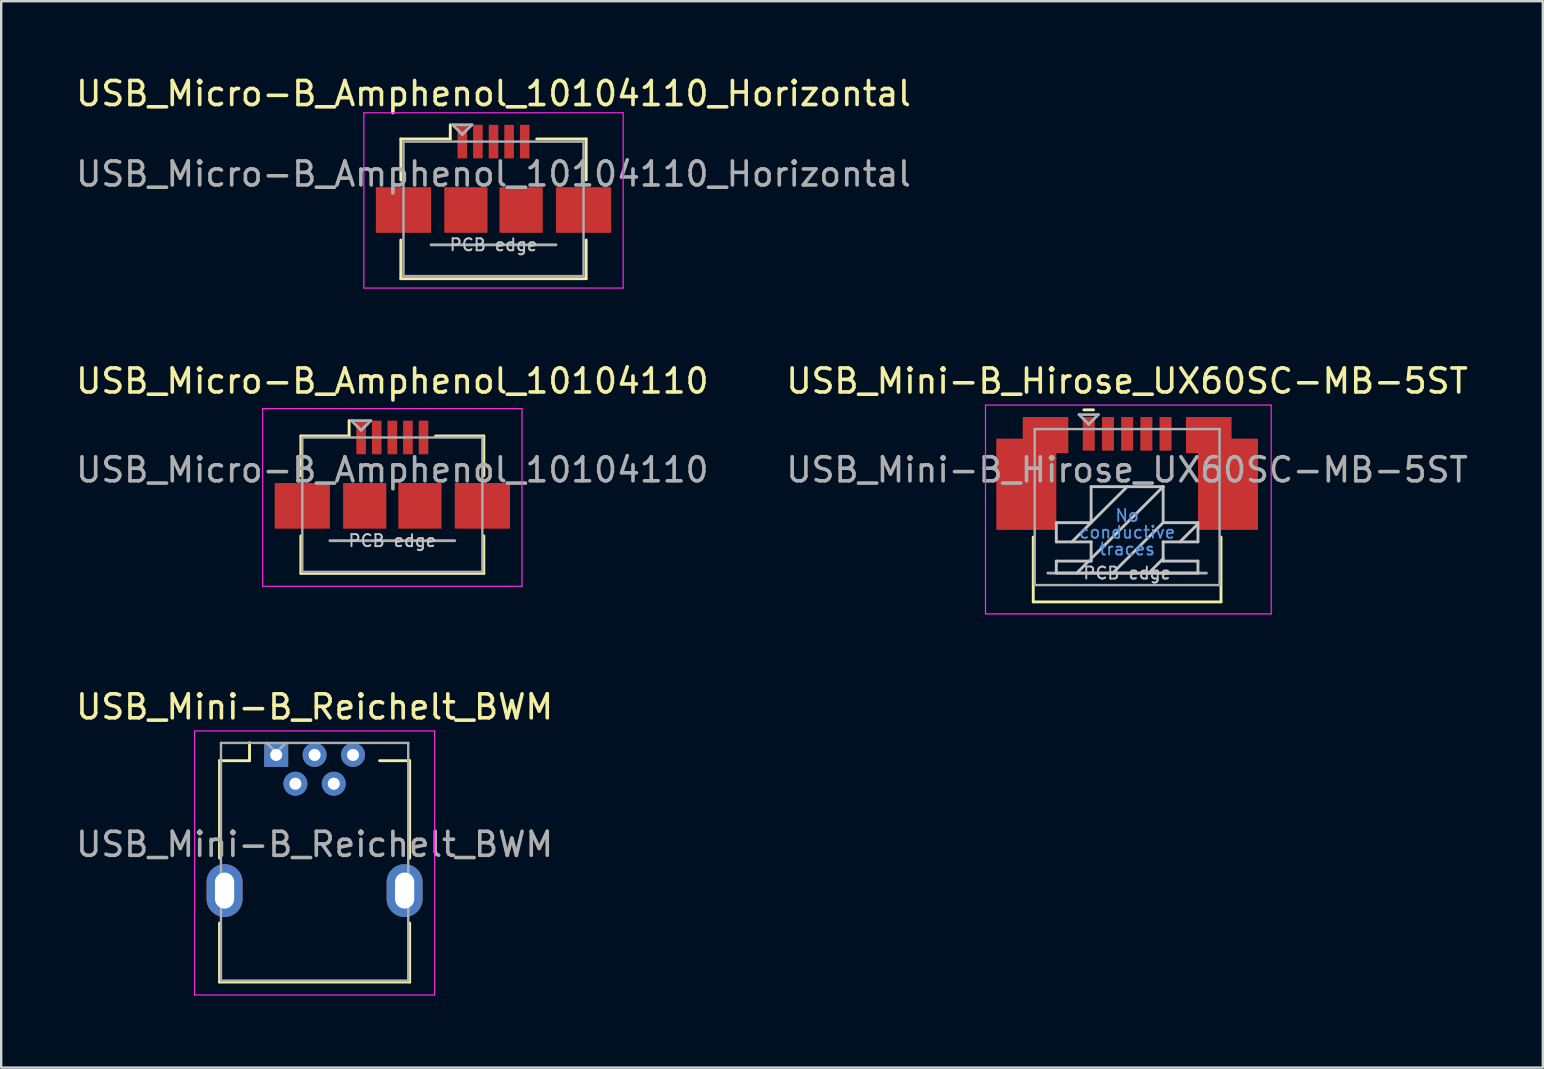
<source format=kicad_pcb>
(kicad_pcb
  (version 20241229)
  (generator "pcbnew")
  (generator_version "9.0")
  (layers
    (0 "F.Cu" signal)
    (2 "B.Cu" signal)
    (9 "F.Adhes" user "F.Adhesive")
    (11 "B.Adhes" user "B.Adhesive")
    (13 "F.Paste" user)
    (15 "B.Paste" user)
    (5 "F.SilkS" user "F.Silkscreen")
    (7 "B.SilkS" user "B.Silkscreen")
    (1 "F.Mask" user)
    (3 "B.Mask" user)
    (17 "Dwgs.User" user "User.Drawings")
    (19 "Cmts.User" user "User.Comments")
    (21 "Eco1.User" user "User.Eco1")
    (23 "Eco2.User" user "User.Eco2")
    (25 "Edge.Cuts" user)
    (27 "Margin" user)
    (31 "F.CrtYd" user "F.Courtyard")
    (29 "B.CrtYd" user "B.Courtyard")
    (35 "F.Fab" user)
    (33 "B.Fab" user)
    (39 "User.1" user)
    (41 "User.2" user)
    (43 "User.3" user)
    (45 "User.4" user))
  (footprint "USB_Mini-B_Reichelt_BWM"
    (layer "F.Cu")
    (at 8.454 28.395)
    (property "Reference" "USB_Mini-B_Reichelt_BWM" (at 1.6 -2 0) (layer "F.SilkS") (effects (font (size 1 1) (thickness 0.15))))
    (attr through_hole)
    (fp_line (start -2.36 4.3) (end -2.36 0.24) (stroke (width 0.12) (type solid)) (layer "F.SilkS"))
    (fp_line (start -2.36 9.46) (end -2.36 7) (stroke (width 0.12) (type solid)) (layer "F.SilkS"))
    (fp_line (start -2.36 9.46) (end 5.56 9.46) (stroke (width 0.12) (type solid)) (layer "F.SilkS"))
    (fp_line (start -1.11 0.24) (end -2.36 0.24) (stroke (width 0.12) (type solid)) (layer "F.SilkS"))
    (fp_line (start -1.11 0.24) (end -1.11 -0.51) (stroke (width 0.12) (type solid)) (layer "F.SilkS"))
    (fp_line (start 5.56 0.24) (end 4.31 0.24) (stroke (width 0.12) (type solid)) (layer "F.SilkS"))
    (fp_line (start 5.56 4.3) (end 5.56 0.24) (stroke (width 0.12) (type solid)) (layer "F.SilkS"))
    (fp_line (start 5.56 9.46) (end 5.56 7) (stroke (width 0.12) (type solid)) (layer "F.SilkS"))
    (fp_line (start -3.4 -1) (end -3.4 10) (stroke (width 0.05) (type solid)) (layer "F.CrtYd"))
    (fp_line (start -3.4 10) (end 6.6 10) (stroke (width 0.05) (type solid)) (layer "F.CrtYd"))
    (fp_line (start 6.6 -1) (end -3.4 -1) (stroke (width 0.05) (type solid)) (layer "F.CrtYd"))
    (fp_line (start 6.6 10) (end 6.6 -1) (stroke (width 0.05) (type solid)) (layer "F.CrtYd"))
    (fp_line (start -2.3 -0.5) (end 5.5 -0.5) (stroke (width 0.1) (type solid)) (layer "F.Fab"))
    (fp_line (start -2.3 9.4) (end -2.3 -0.5) (stroke (width 0.1) (type solid)) (layer "F.Fab"))
    (fp_line (start -0.4 -0.5) (end 0 -0.1) (stroke (width 0.1) (type solid)) (layer "F.Fab"))
    (fp_line (start 0 -0.1) (end 0.4 -0.5) (stroke (width 0.1) (type solid)) (layer "F.Fab"))
    (fp_line (start 5.5 -0.5) (end 5.5 9.4) (stroke (width 0.1) (type solid)) (layer "F.Fab"))
    (fp_line (start 5.5 9.4) (end -2.3 9.4) (stroke (width 0.1) (type solid)) (layer "F.Fab"))
    (fp_text user "${REFERENCE}" (at 1.6 3.725 0) (layer "F.Fab") (effects (font (size 1 1) (thickness 0.15))))
    (pad "1" thru_hole rect (at 0 0) (size 1 1) (drill 0.5) (layers "*.Cu" "*.Mask"))
    (pad "2" thru_hole circle (at 0.8 1.2) (size 1 1) (drill 0.5) (layers "*.Cu" "*.Mask"))
    (pad "3" thru_hole circle (at 1.6 0) (size 1 1) (drill 0.5) (layers "*.Cu" "*.Mask"))
    (pad "4" thru_hole circle (at 2.4 1.2) (size 1 1) (drill 0.5) (layers "*.Cu" "*.Mask"))
    (pad "5" thru_hole circle (at 3.2 0) (size 1 1) (drill 0.5) (layers "*.Cu" "*.Mask"))
    (pad "6" thru_hole oval (at -2.15 5.65) (size 1.5 2.2) (drill oval 0.8 1.5) (layers "*.Cu" "*.Mask"))
    (pad "6" thru_hole oval (at 5.35 5.65) (size 1.5 2.2) (drill oval 0.8 1.5) (layers "*.Cu" "*.Mask")))
  (footprint "USB_Mini-B_Hirose_UX60SC-MB-5ST"
    (layer "F.Cu")
    (at 43.899 15.021)
    (property "Reference" "USB_Mini-B_Hirose_UX60SC-MB-5ST" (at 0 -2.2 0) (layer "F.SilkS") (effects (font (size 1 1) (thickness 0.15))))
    (attr smd)
    (fp_line (start -3.91 4.3) (end -3.91 7) (stroke (width 0.12) (type solid)) (layer "F.SilkS"))
    (fp_line (start -3.91 7) (end 3.91 7) (stroke (width 0.12) (type solid)) (layer "F.SilkS"))
    (fp_line (start -1.8 -1) (end -1.4 -1) (stroke (width 0.12) (type solid)) (layer "F.SilkS"))
    (fp_line (start 3.91 7) (end 3.91 4.3) (stroke (width 0.12) (type solid)) (layer "F.SilkS"))
    (fp_line (start -2.95 3.7) (end -2.95 4.5) (stroke (width 0.12) (type solid)) (layer "Dwgs.User"))
    (fp_line (start -2.95 5.3) (end -2.95 5.8) (stroke (width 0.12) (type solid)) (layer "Dwgs.User"))
    (fp_line (start -2.95 5.8) (end 2.95 5.8) (stroke (width 0.12) (type solid)) (layer "Dwgs.User"))
    (fp_line (start -2.3 4.5) (end 0 2.2) (stroke (width 0.12) (type solid)) (layer "Dwgs.User"))
    (fp_line (start -1.6 5.3) (end -2.1 5.8) (stroke (width 0.12) (type solid)) (layer "Dwgs.User"))
    (fp_line (start -1.5 2.2) (end -1.5 3.7) (stroke (width 0.12) (type solid)) (layer "Dwgs.User"))
    (fp_line (start -1.5 2.2) (end 1.5 2.2) (stroke (width 0.12) (type solid)) (layer "Dwgs.User"))
    (fp_line (start -1.5 3.7) (end -2.95 3.7) (stroke (width 0.12) (type solid)) (layer "Dwgs.User"))
    (fp_line (start -1.5 4.5) (end -2.95 4.5) (stroke (width 0.12) (type solid)) (layer "Dwgs.User"))
    (fp_line (start -1.5 4.5) (end -1.5 5.3) (stroke (width 0.12) (type solid)) (layer "Dwgs.User"))
    (fp_line (start -1.5 5.2) (end 1.5 2.2) (stroke (width 0.12) (type solid)) (layer "Dwgs.User"))
    (fp_line (start -1.5 5.3) (end -2.95 5.3) (stroke (width 0.12) (type solid)) (layer "Dwgs.User"))
    (fp_line (start 1.5 3.7) (end -0.6 5.8) (stroke (width 0.12) (type solid)) (layer "Dwgs.User"))
    (fp_line (start 1.5 3.7) (end 1.5 2.2) (stroke (width 0.12) (type solid)) (layer "Dwgs.User"))
    (fp_line (start 1.5 4.5) (end 1.5 5.3) (stroke (width 0.12) (type solid)) (layer "Dwgs.User"))
    (fp_line (start 1.5 5.2) (end 0.9 5.8) (stroke (width 0.12) (type solid)) (layer "Dwgs.User"))
    (fp_line (start 2.2 4.5) (end 2.9 3.8) (stroke (width 0.12) (type solid)) (layer "Dwgs.User"))
    (fp_line (start 2.95 3.7) (end 1.5 3.7) (stroke (width 0.12) (type solid)) (layer "Dwgs.User"))
    (fp_line (start 2.95 3.7) (end 2.95 4.5) (stroke (width 0.12) (type solid)) (layer "Dwgs.User"))
    (fp_line (start 2.95 4.5) (end 1.5 4.5) (stroke (width 0.12) (type solid)) (layer "Dwgs.User"))
    (fp_line (start 2.95 5.3) (end 1.5 5.3) (stroke (width 0.12) (type solid)) (layer "Dwgs.User"))
    (fp_line (start 2.95 5.8) (end 2.95 5.3) (stroke (width 0.12) (type solid)) (layer "Dwgs.User"))
    (fp_line (start -5.9 -1.2) (end 6 -1.2) (stroke (width 0.05) (type solid)) (layer "F.CrtYd"))
    (fp_line (start -5.9 7.5) (end -5.9 -1.2) (stroke (width 0.05) (type solid)) (layer "F.CrtYd"))
    (fp_line (start 6 -1.2) (end 6 7.5) (stroke (width 0.05) (type solid)) (layer "F.CrtYd"))
    (fp_line (start 6 7.5) (end -5.9 7.5) (stroke (width 0.05) (type solid)) (layer "F.CrtYd"))
    (fp_line (start -3.85 -0.2) (end -3.85 6.3) (stroke (width 0.1) (type solid)) (layer "F.Fab"))
    (fp_line (start -3.85 6.3) (end 3.85 6.3) (stroke (width 0.1) (type solid)) (layer "F.Fab"))
    (fp_line (start -3.3 5.8) (end 3.3 5.8) (stroke (width 0.12) (type solid)) (layer "F.Fab"))
    (fp_line (start -2 -0.8) (end -1.6 -0.4) (stroke (width 0.12) (type solid)) (layer "F.Fab"))
    (fp_line (start -1.6 -0.4) (end -1.2 -0.8) (stroke (width 0.12) (type solid)) (layer "F.Fab"))
    (fp_line (start -1.2 -0.8) (end -2 -0.8) (stroke (width 0.12) (type solid)) (layer "F.Fab"))
    (fp_line (start 3.85 -0.2) (end -3.85 -0.2) (stroke (width 0.1) (type solid)) (layer "F.Fab"))
    (fp_line (start 3.85 6.3) (end 3.85 -0.2) (stroke (width 0.1) (type solid)) (layer "F.Fab"))
    (fp_text user "PCB edge" (at 0 5.8 0) (layer "Dwgs.User") (effects (font (size 0.5 0.5) (thickness 0.08))))
    (fp_text user "traces" (at 0 4.8 0) (layer "Cmts.User") (effects (font (size 0.5 0.5) (thickness 0.075))))
    (fp_text user "conductive" (at 0 4.1 0) (layer "Cmts.User") (effects (font (size 0.5 0.5) (thickness 0.075))))
    (fp_text user "No" (at 0 3.4 0) (layer "Cmts.User") (effects (font (size 0.5 0.5) (thickness 0.075))))
    (fp_text user "${REFERENCE}" (at 0 1.5 0) (layer "F.Fab") (effects (font (size 1 1) (thickness 0.15))))
    (pad "1" smd rect (at -1.6 0) (size 0.5 1.4) (layers "F.Cu" "F.Mask" "F.Paste"))
    (pad "2" smd rect (at -0.8 0) (size 0.5 1.4) (layers "F.Cu" "F.Mask" "F.Paste"))
    (pad "3" smd rect (at 0 0) (size 0.5 1.4) (layers "F.Cu" "F.Mask" "F.Paste"))
    (pad "4" smd rect (at 0.8 0) (size 0.5 1.4) (layers "F.Cu" "F.Mask" "F.Paste"))
    (pad "5" smd rect (at 1.6 0) (size 0.5 1.4) (layers "F.Cu" "F.Mask" "F.Paste"))
    (pad "6" smd custom (at -4.2 2.1) (size 2.5 3.8) (layers "F.Cu" "F.Mask" "F.Paste") (options (anchor rect)) (primitives (gr_poly (pts (xy -0.15 -1.9) (xy -0.15 -2.8) (xy 1.75 -2.8) (xy 1.75 -1.3) (xy 1.25 -1.3) (xy 1.25 -1.9)) (width 0) (fill yes))))
    (pad "6" smd custom (at 4.2 2.1) (size 2.5 3.8) (layers "F.Cu" "F.Mask" "F.Paste") (options (anchor rect)) (primitives (gr_poly (pts (xy 0.15 -1.9) (xy 0.15 -2.8) (xy -1.75 -2.8) (xy -1.75 -1.3) (xy -1.25 -1.3) (xy -1.25 -1.9)) (width 0) (fill yes)))))
  (footprint "USB_Micro-B_Amphenol_10104110"
    (layer "F.Cu")
    (at 13.292 15.171)
    (property "Reference" "USB_Micro-B_Amphenol_10104110" (at 0 -2.35 0) (layer "F.SilkS") (effects (font (size 1 1) (thickness 0.15))))
    (attr smd)
    (fp_line (start -3.81 -0.06) (end -1.8 -0.06) (stroke (width 0.12) (type solid)) (layer "F.SilkS"))
    (fp_line (start -3.81 1.6) (end -3.81 -0.06) (stroke (width 0.12) (type solid)) (layer "F.SilkS"))
    (fp_line (start -3.81 5.66) (end -3.81 4.1) (stroke (width 0.12) (type solid)) (layer "F.SilkS"))
    (fp_line (start -3.81 5.66) (end 3.81 5.66) (stroke (width 0.12) (type solid)) (layer "F.SilkS"))
    (fp_line (start -1.8 -0.06) (end -1.8 -0.7) (stroke (width 0.12) (type solid)) (layer "F.SilkS"))
    (fp_line (start 3.81 -0.06) (end 1.8 -0.06) (stroke (width 0.12) (type solid)) (layer "F.SilkS"))
    (fp_line (start 3.81 1.6) (end 3.81 -0.06) (stroke (width 0.12) (type solid)) (layer "F.SilkS"))
    (fp_line (start 3.81 5.66) (end 3.81 4.1) (stroke (width 0.12) (type solid)) (layer "F.SilkS"))
    (fp_line (start -5.4 -1.2) (end -5.4 6.2) (stroke (width 0.05) (type solid)) (layer "F.CrtYd"))
    (fp_line (start -5.4 6.2) (end 5.4 6.2) (stroke (width 0.05) (type solid)) (layer "F.CrtYd"))
    (fp_line (start 5.4 -1.2) (end -5.4 -1.2) (stroke (width 0.05) (type solid)) (layer "F.CrtYd"))
    (fp_line (start 5.4 6.2) (end 5.4 -1.2) (stroke (width 0.05) (type solid)) (layer "F.CrtYd"))
    (fp_line (start -3.75 0) (end 3.75 0) (stroke (width 0.1) (type solid)) (layer "F.Fab"))
    (fp_line (start -3.75 5.6) (end -3.75 0) (stroke (width 0.1) (type solid)) (layer "F.Fab"))
    (fp_line (start -2.6 4.3) (end 2.6 4.3) (stroke (width 0.12) (type solid)) (layer "F.Fab"))
    (fp_line (start -1.7 -0.7) (end -1.3 -0.3) (stroke (width 0.12) (type solid)) (layer "F.Fab"))
    (fp_line (start -1.3 -0.3) (end -0.9 -0.7) (stroke (width 0.12) (type solid)) (layer "F.Fab"))
    (fp_line (start -0.9 -0.7) (end -1.7 -0.7) (stroke (width 0.12) (type solid)) (layer "F.Fab"))
    (fp_line (start 3.75 0) (end 3.75 5.6) (stroke (width 0.1) (type solid)) (layer "F.Fab"))
    (fp_line (start 3.75 5.6) (end -3.75 5.6) (stroke (width 0.1) (type solid)) (layer "F.Fab"))
    (fp_text user "PCB edge" (at 0 4.3 0) (layer "Dwgs.User") (effects (font (size 0.5 0.5) (thickness 0.08))))
    (fp_text user "${REFERENCE}" (at 0 1.35 0) (layer "F.Fab") (effects (font (size 1 1) (thickness 0.15))))
    (pad "1" smd rect (at -1.3 0) (size 0.4 1.4) (layers "F.Cu" "F.Mask" "F.Paste"))
    (pad "2" smd rect (at -0.65 0) (size 0.4 1.4) (layers "F.Cu" "F.Mask" "F.Paste"))
    (pad "3" smd rect (at 0 0) (size 0.4 1.4) (layers "F.Cu" "F.Mask" "F.Paste"))
    (pad "4" smd rect (at 0.65 0) (size 0.4 1.4) (layers "F.Cu" "F.Mask" "F.Paste"))
    (pad "5" smd rect (at 1.3 0) (size 0.4 1.4) (layers "F.Cu" "F.Mask" "F.Paste"))
    (pad "6" smd rect (at -3.75 2.85) (size 2.3 1.9) (layers "F.Cu" "F.Mask" "F.Paste"))
    (pad "6" smd rect (at -1.15 2.85) (size 1.8 1.9) (layers "F.Cu" "F.Mask" "F.Paste"))
    (pad "6" smd rect (at 1.15 2.85) (size 1.8 1.9) (layers "F.Cu" "F.Mask" "F.Paste"))
    (pad "6" smd rect (at 3.75 2.85) (size 2.3 1.9) (layers "F.Cu" "F.Mask" "F.Paste")))
  (footprint "USB_Micro-B_Amphenol_10104110_Horizontal"
    (layer "F.Cu")
    (at 16.206 2.848)
    (property "Reference" "USB_Micro-B_Amphenol_10104110_Horizontal" (at 1.3 -2 0) (layer "F.SilkS") (effects (font (size 1 1) (thickness 0.15))))
    (attr smd)
    (fp_line (start -2.56 -0.11) (end -0.5 -0.11) (stroke (width 0.12) (type solid)) (layer "F.SilkS"))
    (fp_line (start -2.56 1.6) (end -2.56 -0.11) (stroke (width 0.12) (type solid)) (layer "F.SilkS"))
    (fp_line (start -2.56 5.71) (end -2.56 4.1) (stroke (width 0.12) (type solid)) (layer "F.SilkS"))
    (fp_line (start -2.56 5.71) (end 5.16 5.71) (stroke (width 0.12) (type solid)) (layer "F.SilkS"))
    (fp_line (start -0.5 -0.11) (end -0.5 -0.7) (stroke (width 0.12) (type solid)) (layer "F.SilkS"))
    (fp_line (start 5.16 -0.11) (end 3.1 -0.11) (stroke (width 0.12) (type solid)) (layer "F.SilkS"))
    (fp_line (start 5.16 1.6) (end 5.16 -0.11) (stroke (width 0.12) (type solid)) (layer "F.SilkS"))
    (fp_line (start 5.16 5.71) (end 5.16 4.1) (stroke (width 0.12) (type solid)) (layer "F.SilkS"))
    (fp_line (start -4.1 -1.2) (end -4.1 6.1) (stroke (width 0.05) (type solid)) (layer "F.CrtYd"))
    (fp_line (start -4.1 6.1) (end 6.7 6.1) (stroke (width 0.05) (type solid)) (layer "F.CrtYd"))
    (fp_line (start 6.7 -1.2) (end -4.1 -1.2) (stroke (width 0.05) (type solid)) (layer "F.CrtYd"))
    (fp_line (start 6.7 6.1) (end 6.7 -1.2) (stroke (width 0.05) (type solid)) (layer "F.CrtYd"))
    (fp_line (start -2.45 0) (end 5.05 0) (stroke (width 0.1) (type solid)) (layer "F.Fab"))
    (fp_line (start -2.45 5.6) (end -2.45 0) (stroke (width 0.1) (type solid)) (layer "F.Fab"))
    (fp_line (start -1.3 4.3) (end 3.9 4.3) (stroke (width 0.12) (type solid)) (layer "F.Fab"))
    (fp_line (start -0.4 -0.7) (end 0 -0.3) (stroke (width 0.12) (type solid)) (layer "F.Fab"))
    (fp_line (start 0 -0.3) (end 0.4 -0.7) (stroke (width 0.12) (type solid)) (layer "F.Fab"))
    (fp_line (start 0.4 -0.7) (end -0.4 -0.7) (stroke (width 0.12) (type solid)) (layer "F.Fab"))
    (fp_line (start 5.05 0) (end 5.05 5.6) (stroke (width 0.1) (type solid)) (layer "F.Fab"))
    (fp_line (start 5.05 5.6) (end -2.45 5.6) (stroke (width 0.1) (type solid)) (layer "F.Fab"))
    (fp_text user "PCB edge" (at 1.3 4.3 0) (layer "Dwgs.User") (effects (font (size 0.5 0.5) (thickness 0.08))))
    (fp_text user "${REFERENCE}" (at 1.3 1.35 0) (layer "F.Fab") (effects (font (size 1 1) (thickness 0.15))))
    (pad "1" smd rect (at 0 0) (size 0.4 1.4) (layers "F.Cu" "F.Mask" "F.Paste"))
    (pad "2" smd rect (at 0.65 0) (size 0.4 1.4) (layers "F.Cu" "F.Mask" "F.Paste"))
    (pad "3" smd rect (at 1.3 0) (size 0.4 1.4) (layers "F.Cu" "F.Mask" "F.Paste"))
    (pad "4" smd rect (at 1.95 0) (size 0.4 1.4) (layers "F.Cu" "F.Mask" "F.Paste"))
    (pad "5" smd rect (at 2.6 0) (size 0.4 1.4) (layers "F.Cu" "F.Mask" "F.Paste"))
    (pad "6" smd rect (at -2.45 2.85) (size 2.3 1.9) (layers "F.Cu" "F.Mask" "F.Paste"))
    (pad "6" smd rect (at 0.15 2.85) (size 1.8 1.9) (layers "F.Cu" "F.Mask" "F.Paste"))
    (pad "6" smd rect (at 2.45 2.85) (size 1.8 1.9) (layers "F.Cu" "F.Mask" "F.Paste"))
    (pad "6" smd rect (at 5.05 2.85) (size 2.3 1.9) (layers "F.Cu" "F.Mask" "F.Paste")))
  (gr_rect
    (start -3 -3)
    (end 61.214 41.42)
    (stroke (width 0.1) (type default))
    (fill no)
    (layer "Edge.Cuts")))
</source>
